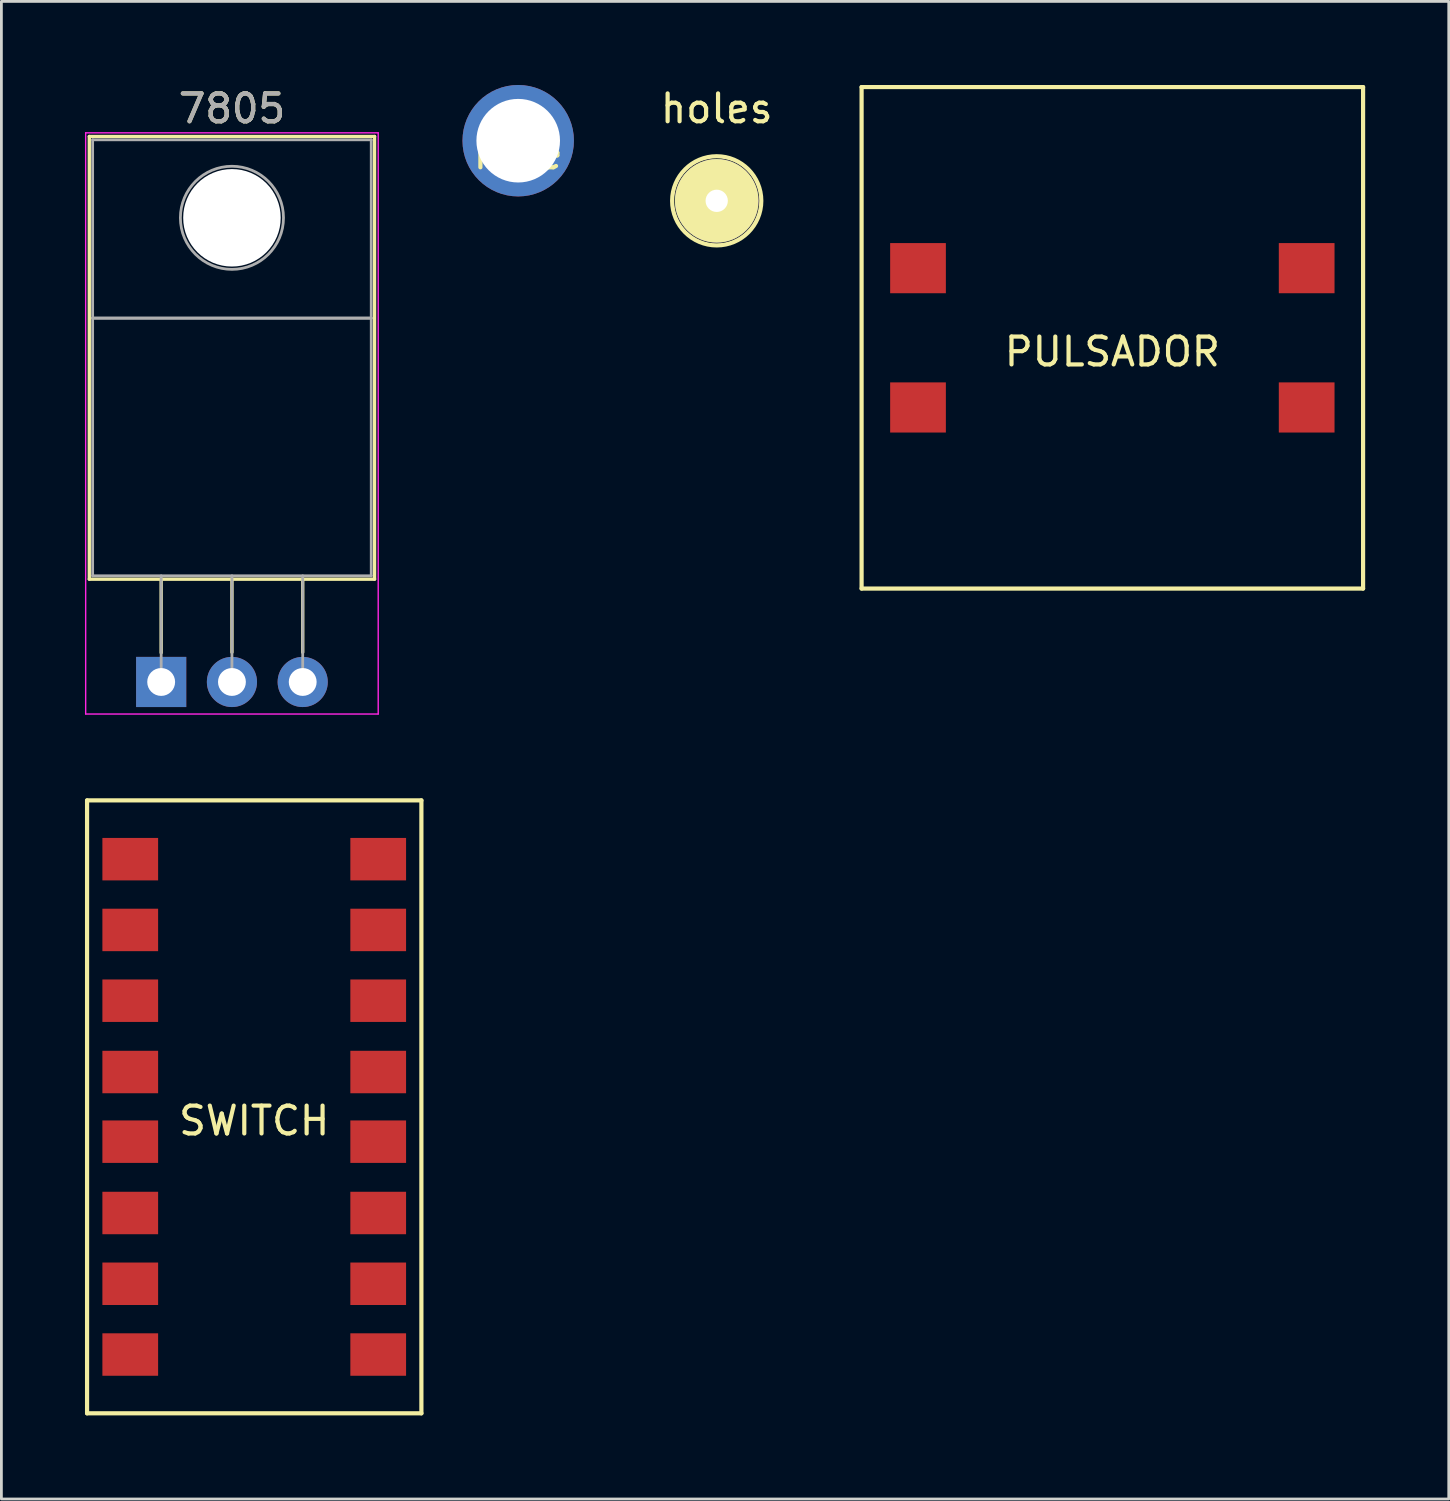
<source format=kicad_pcb>
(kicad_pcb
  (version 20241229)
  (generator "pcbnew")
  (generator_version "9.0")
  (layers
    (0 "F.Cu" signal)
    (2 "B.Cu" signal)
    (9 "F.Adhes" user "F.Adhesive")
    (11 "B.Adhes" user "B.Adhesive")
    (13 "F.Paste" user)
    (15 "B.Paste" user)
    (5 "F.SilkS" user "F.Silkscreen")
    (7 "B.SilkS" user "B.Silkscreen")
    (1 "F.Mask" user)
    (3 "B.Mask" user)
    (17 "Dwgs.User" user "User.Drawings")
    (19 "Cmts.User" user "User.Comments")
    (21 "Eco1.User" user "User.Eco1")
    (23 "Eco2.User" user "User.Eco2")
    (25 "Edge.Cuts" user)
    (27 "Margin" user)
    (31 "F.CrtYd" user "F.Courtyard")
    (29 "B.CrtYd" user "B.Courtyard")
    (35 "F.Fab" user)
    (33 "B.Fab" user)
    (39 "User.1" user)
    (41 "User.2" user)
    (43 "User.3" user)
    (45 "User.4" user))
  (footprint "PULSADOR"
    (layer "F.Cu")
    (at 36.875 9.075)
    (property "Reference" "PULSADOR" (at 0 0.5 0) (layer "F.SilkS") (effects (font (size 1 1) (thickness 0.15))))
    (attr through_hole)
    (fp_line (start -9 -9) (end -9 9) (stroke (width 0.15) (type solid)) (layer "F.SilkS"))
    (fp_line (start -9 9) (end 9 9) (stroke (width 0.15) (type solid)) (layer "F.SilkS"))
    (fp_line (start 9 -9) (end -9 -9) (stroke (width 0.15) (type solid)) (layer "F.SilkS"))
    (fp_line (start 9 9) (end 9 -9) (stroke (width 0.15) (type solid)) (layer "F.SilkS"))
    (pad "1" smd rect (at -6.975 -2.5) (size 2 1.8) (layers "F.Cu" "F.Mask" "F.Paste"))
    (pad "2" smd rect (at -6.975 2.5) (size 2 1.8) (layers "F.Cu" "F.Mask" "F.Paste"))
    (pad "3" smd rect (at 6.975 2.5) (size 2 1.8) (layers "F.Cu" "F.Mask" "F.Paste"))
    (pad "4" smd rect (at 6.975 -2.5) (size 2 1.8) (layers "F.Cu" "F.Mask" "F.Paste")))
  (footprint "SWITCH"
    (layer "F.Cu")
    (at 6.075 36.678)
    (property "Reference" "SWITCH" (at 0 0.5 0) (layer "F.SilkS") (effects (font (size 1 1) (thickness 0.15))))
    (attr through_hole)
    (fp_line (start -6 -11) (end 6 -11) (stroke (width 0.15) (type solid)) (layer "F.SilkS"))
    (fp_line (start -6 11) (end -6 -11) (stroke (width 0.15) (type solid)) (layer "F.SilkS"))
    (fp_line (start 6 -11) (end 6 11) (stroke (width 0.15) (type solid)) (layer "F.SilkS"))
    (fp_line (start 6 11) (end -6 11) (stroke (width 0.15) (type solid)) (layer "F.SilkS"))
    (pad "1" smd rect (at -4.45 -8.89) (size 2 1.524) (layers "F.Cu" "F.Mask" "F.Paste"))
    (pad "2" smd rect (at -4.45 -6.35) (size 2 1.524) (layers "F.Cu" "F.Mask" "F.Paste"))
    (pad "3" smd rect (at -4.45 -3.81) (size 2 1.524) (layers "F.Cu" "F.Mask" "F.Paste"))
    (pad "4" smd rect (at -4.45 -1.25) (size 2 1.524) (layers "F.Cu" "F.Mask" "F.Paste"))
    (pad "5" smd rect (at -4.45 1.25) (size 2 1.524) (layers "F.Cu" "F.Mask" "F.Paste"))
    (pad "6" smd rect (at -4.45 3.81) (size 2 1.524) (layers "F.Cu" "F.Mask" "F.Paste"))
    (pad "7" smd rect (at -4.45 6.35) (size 2 1.524) (layers "F.Cu" "F.Mask" "F.Paste"))
    (pad "8" smd rect (at -4.45 8.89) (size 2 1.524) (layers "F.Cu" "F.Mask" "F.Paste"))
    (pad "9" smd rect (at 4.45 8.89) (size 2 1.524) (layers "F.Cu" "F.Mask" "F.Paste"))
    (pad "10" smd rect (at 4.45 6.35) (size 2 1.524) (layers "F.Cu" "F.Mask" "F.Paste"))
    (pad "11" smd rect (at 4.45 3.81) (size 2 1.524) (layers "F.Cu" "F.Mask" "F.Paste"))
    (pad "12" smd rect (at 4.45 1.25) (size 2 1.524) (layers "F.Cu" "F.Mask" "F.Paste"))
    (pad "13" smd rect (at 4.45 -1.25) (size 2 1.524) (layers "F.Cu" "F.Mask" "F.Paste"))
    (pad "14" smd rect (at 4.45 -3.81) (size 2 1.524) (layers "F.Cu" "F.Mask" "F.Paste"))
    (pad "15" smd rect (at 4.45 -6.35) (size 2 1.524) (layers "F.Cu" "F.Mask" "F.Paste"))
    (pad "16" smd rect (at 4.45 -8.89) (size 2 1.524) (layers "F.Cu" "F.Mask" "F.Paste")))
  (footprint "hole"
    (layer "F.Cu")
    (at 15.55 2)
    (property "Reference" "hole" (at 0 0.5 0) (layer "F.SilkS") (effects (font (size 1 1) (thickness 0.15))))
    (attr through_hole)
    (pad "1" thru_hole circle (at 0 0) (size 4 4) (drill 3) (layers "*.Cu" "*.Mask")))
  (footprint "7805"
    (layer "F.Cu")
    (at 2.735 21.428)
    (property "Reference" "7805" (at 2.54 -20.58 0) (layer "F.SilkS") (effects (font (size 1 1) (thickness 0.15))))
    (attr through_hole)
    (fp_line (start -2.58 -19.58) (end -2.58 -3.69) (stroke (width 0.12) (type solid)) (layer "F.SilkS"))
    (fp_line (start -2.58 -19.58) (end 7.66 -19.58) (stroke (width 0.12) (type solid)) (layer "F.SilkS"))
    (fp_line (start -2.58 -3.69) (end 7.66 -3.69) (stroke (width 0.12) (type solid)) (layer "F.SilkS"))
    (fp_line (start 0 -3.69) (end 0 -1.05) (stroke (width 0.12) (type solid)) (layer "F.SilkS"))
    (fp_line (start 2.54 -3.69) (end 2.54 -1.066) (stroke (width 0.12) (type solid)) (layer "F.SilkS"))
    (fp_line (start 5.08 -3.69) (end 5.08 -1.066) (stroke (width 0.12) (type solid)) (layer "F.SilkS"))
    (fp_line (start 7.66 -19.58) (end 7.66 -3.69) (stroke (width 0.12) (type solid)) (layer "F.SilkS"))
    (fp_line (start -2.71 -19.71) (end -2.71 1.15) (stroke (width 0.05) (type solid)) (layer "F.CrtYd"))
    (fp_line (start -2.71 1.15) (end 7.79 1.15) (stroke (width 0.05) (type solid)) (layer "F.CrtYd"))
    (fp_line (start 7.79 -19.71) (end -2.71 -19.71) (stroke (width 0.05) (type solid)) (layer "F.CrtYd"))
    (fp_line (start 7.79 1.15) (end 7.79 -19.71) (stroke (width 0.05) (type solid)) (layer "F.CrtYd"))
    (fp_line (start -2.46 -19.46) (end 7.54 -19.46) (stroke (width 0.1) (type solid)) (layer "F.Fab"))
    (fp_line (start -2.46 -13.06) (end -2.46 -19.46) (stroke (width 0.1) (type solid)) (layer "F.Fab"))
    (fp_line (start -2.46 -13.06) (end 7.54 -13.06) (stroke (width 0.1) (type solid)) (layer "F.Fab"))
    (fp_line (start -2.46 -3.81) (end -2.46 -13.06) (stroke (width 0.1) (type solid)) (layer "F.Fab"))
    (fp_line (start 0 -3.81) (end 0 0) (stroke (width 0.1) (type solid)) (layer "F.Fab"))
    (fp_line (start 2.54 -3.81) (end 2.54 0) (stroke (width 0.1) (type solid)) (layer "F.Fab"))
    (fp_line (start 5.08 -3.81) (end 5.08 0) (stroke (width 0.1) (type solid)) (layer "F.Fab"))
    (fp_line (start 7.54 -19.46) (end 7.54 -13.06) (stroke (width 0.1) (type solid)) (layer "F.Fab"))
    (fp_line (start 7.54 -13.06) (end -2.46 -13.06) (stroke (width 0.1) (type solid)) (layer "F.Fab"))
    (fp_line (start 7.54 -13.06) (end 7.54 -3.81) (stroke (width 0.1) (type solid)) (layer "F.Fab"))
    (fp_line (start 7.54 -3.81) (end -2.46 -3.81) (stroke (width 0.1) (type solid)) (layer "F.Fab"))
    (fp_circle (center 2.54 -16.66) (end 4.39 -16.66) (stroke (width 0.1) (type solid)) (fill no) (layer "F.Fab"))
    (fp_text user "${REFERENCE}" (at 2.54 -20.58 0) (layer "F.Fab") (effects (font (size 1 1) (thickness 0.15))))
    (pad "" np_thru_hole oval (at 2.54 -16.66) (size 3.5 3.5) (drill 3.5) (layers "*.Cu" "*.Mask"))
    (pad "1" thru_hole rect (at 0 0) (size 1.8 1.8) (drill 1) (layers "*.Cu" "*.Mask"))
    (pad "2" thru_hole oval (at 2.54 0) (size 1.8 1.8) (drill 1) (layers "*.Cu" "*.Mask"))
    (pad "3" thru_hole oval (at 5.08 0) (size 1.8 1.8) (drill 1) (layers "*.Cu" "*.Mask")))
  (footprint "holes"
    (layer "F.Cu")
    (at 22.675 4.158)
    (property "Reference" "holes" (at 0 -3.31 0) (layer "F.SilkS") (effects (font (size 1 1) (thickness 0.15))))
    (attr through_hole)
    (fp_circle (center 0 0) (end 1.6 0) (stroke (width 0.15) (type solid)) (fill no) (layer "F.SilkS"))
    (pad "1" thru_hole circle (at 0 0) (size 3 3) (drill 0.8) (layers "*.Cu" "*.Mask" "F.SilkS")))
  (gr_rect
    (start -3 -3)
    (end 48.95 50.753)
    (stroke (width 0.1) (type default))
    (fill no)
    (layer "Edge.Cuts")))
</source>
